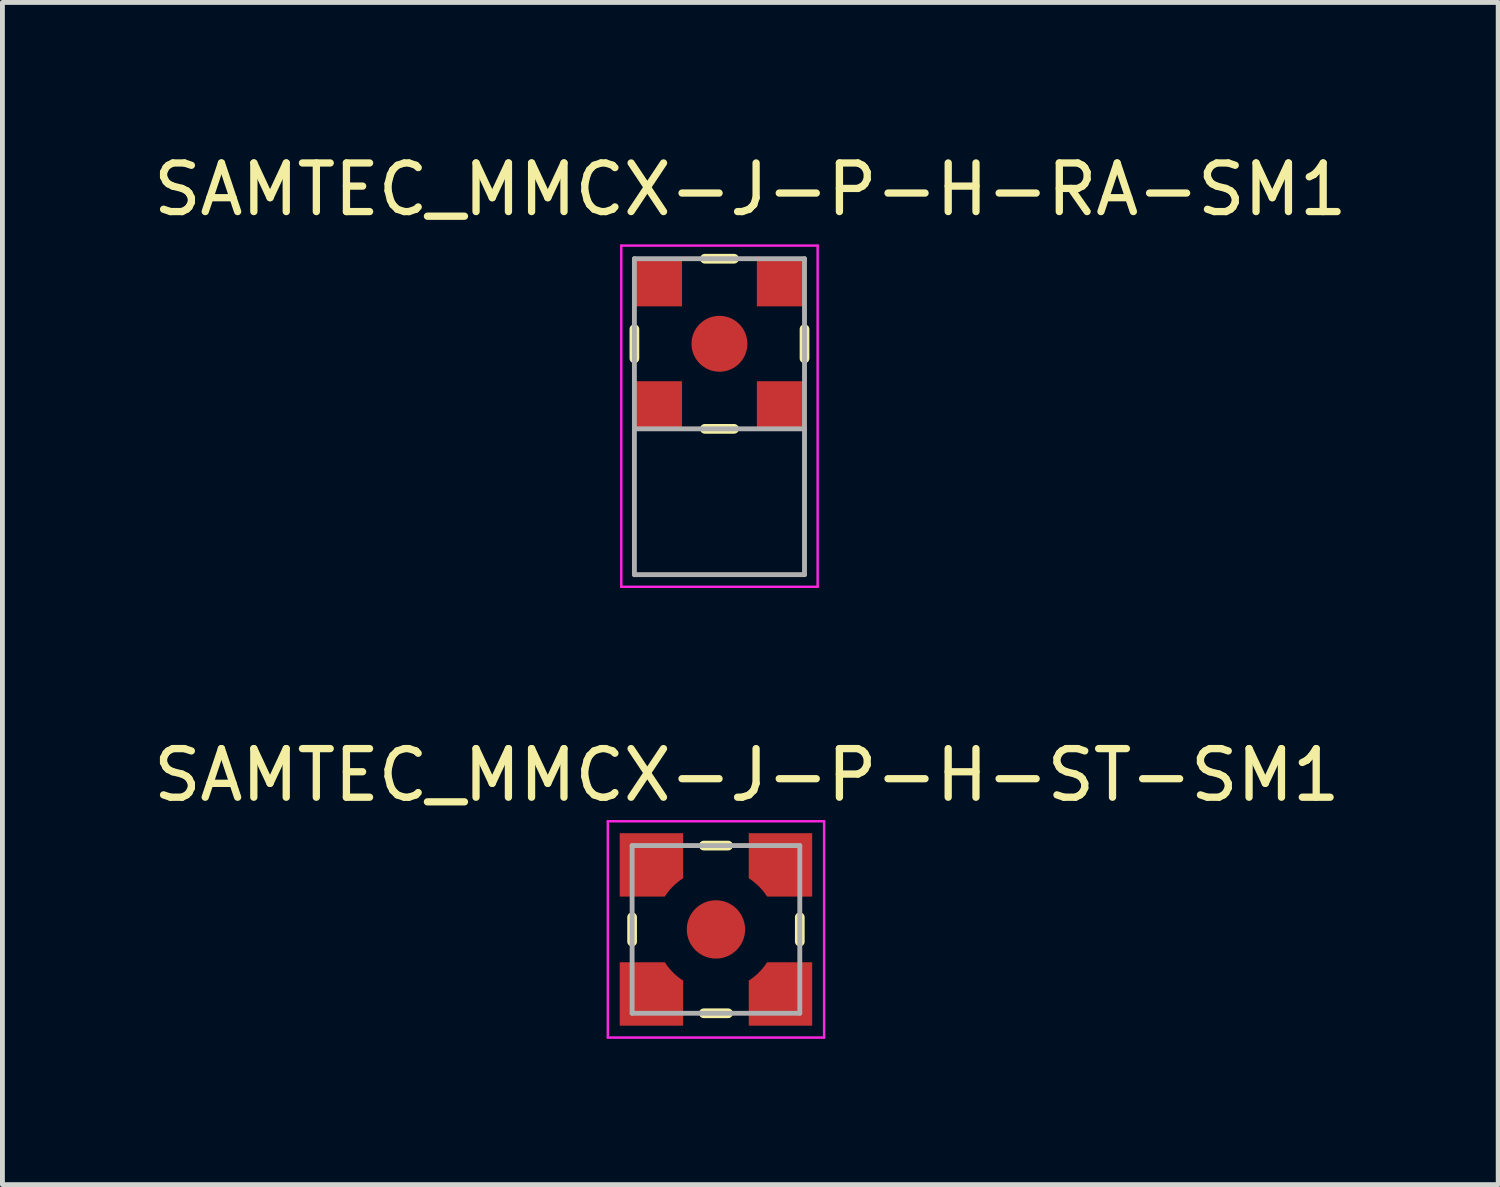
<source format=kicad_pcb>
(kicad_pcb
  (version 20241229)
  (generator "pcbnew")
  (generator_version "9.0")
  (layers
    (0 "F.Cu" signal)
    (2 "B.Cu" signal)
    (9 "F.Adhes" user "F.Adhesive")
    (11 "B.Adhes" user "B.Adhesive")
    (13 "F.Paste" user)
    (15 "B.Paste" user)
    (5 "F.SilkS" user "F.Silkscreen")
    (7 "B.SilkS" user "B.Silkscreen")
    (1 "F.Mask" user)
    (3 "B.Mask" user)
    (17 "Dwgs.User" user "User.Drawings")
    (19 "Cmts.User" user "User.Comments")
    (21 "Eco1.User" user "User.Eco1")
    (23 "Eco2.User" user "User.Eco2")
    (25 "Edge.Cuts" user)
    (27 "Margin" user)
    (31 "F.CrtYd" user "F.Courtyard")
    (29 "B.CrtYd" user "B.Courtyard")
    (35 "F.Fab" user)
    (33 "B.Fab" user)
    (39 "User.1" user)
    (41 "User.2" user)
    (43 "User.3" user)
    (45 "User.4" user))
  (footprint "SAMTEC_MMCX-J-P-H-ST-SM1"
    (layer "F.Cu")
    (at 11.68 16.072)
    (property "Reference" "SAMTEC_MMCX-J-P-H-ST-SM1" (at 0.635 -3.175 0) (layer "F.SilkS") (effects (font (size 1 1) (thickness 0.15))))
    (attr through_hole)
    (fp_poly (pts (xy -2.075 -2.075) (xy -0.58 -2.075) (xy -0.58 -1.005) (xy -0.602 -0.992) (xy -0.619 -0.982) (xy -0.635 -0.971) (xy -0.652 -0.96) (xy -0.668 -0.949) (xy -0.685 -0.937) (xy -0.701 -0.926) (xy -0.716 -0.913) (xy -0.732 -0.901) (xy -0.747 -0.888) (xy -0.763 -0.875) (xy -0.778 -0.862) (xy -0.792 -0.849) (xy -0.807 -0.835) (xy -0.821 -0.821) (xy -0.835 -0.807) (xy -0.849 -0.792) (xy -0.862 -0.778) (xy -0.875 -0.763) (xy -0.888 -0.747) (xy -0.901 -0.732) (xy -0.913 -0.716) (xy -0.926 -0.701) (xy -0.937 -0.685) (xy -0.949 -0.668) (xy -0.96 -0.652) (xy -0.971 -0.635) (xy -0.982 -0.619) (xy -0.992 -0.602) (xy -1.005 -0.58) (xy -2.075 -0.58) (xy -2.075 -2.075)) (stroke (width 0.01) (type solid)) (fill yes) (layer "F.Mask"))
    (fp_poly (pts (xy -2.075 2.075) (xy -0.58 2.075) (xy -0.58 1.005) (xy -0.602 0.992) (xy -0.619 0.982) (xy -0.635 0.971) (xy -0.652 0.96) (xy -0.668 0.949) (xy -0.685 0.937) (xy -0.701 0.926) (xy -0.716 0.913) (xy -0.732 0.901) (xy -0.747 0.888) (xy -0.763 0.875) (xy -0.778 0.862) (xy -0.792 0.849) (xy -0.807 0.835) (xy -0.821 0.821) (xy -0.835 0.807) (xy -0.849 0.792) (xy -0.862 0.778) (xy -0.875 0.763) (xy -0.888 0.747) (xy -0.901 0.732) (xy -0.913 0.716) (xy -0.926 0.701) (xy -0.937 0.685) (xy -0.949 0.668) (xy -0.96 0.652) (xy -0.971 0.635) (xy -0.982 0.619) (xy -0.992 0.602) (xy -1.005 0.58) (xy -2.075 0.58) (xy -2.075 2.075)) (stroke (width 0.01) (type solid)) (fill yes) (layer "F.Mask"))
    (fp_poly (pts (xy 2.075 -2.075) (xy 0.58 -2.075) (xy 0.58 -1.005) (xy 0.602 -0.992) (xy 0.619 -0.982) (xy 0.635 -0.971) (xy 0.652 -0.96) (xy 0.668 -0.949) (xy 0.685 -0.937) (xy 0.701 -0.926) (xy 0.716 -0.913) (xy 0.732 -0.901) (xy 0.747 -0.888) (xy 0.763 -0.875) (xy 0.778 -0.862) (xy 0.792 -0.849) (xy 0.807 -0.835) (xy 0.821 -0.821) (xy 0.835 -0.807) (xy 0.849 -0.792) (xy 0.862 -0.778) (xy 0.875 -0.763) (xy 0.888 -0.747) (xy 0.901 -0.732) (xy 0.913 -0.716) (xy 0.926 -0.701) (xy 0.937 -0.685) (xy 0.949 -0.668) (xy 0.96 -0.652) (xy 0.971 -0.635) (xy 0.982 -0.619) (xy 0.992 -0.602) (xy 1.005 -0.58) (xy 2.075 -0.58) (xy 2.075 -2.075)) (stroke (width 0.01) (type solid)) (fill yes) (layer "F.Mask"))
    (fp_poly (pts (xy 2.075 2.075) (xy 0.58 2.075) (xy 0.58 1.005) (xy 0.602 0.992) (xy 0.619 0.982) (xy 0.635 0.971) (xy 0.652 0.96) (xy 0.668 0.949) (xy 0.685 0.937) (xy 0.701 0.926) (xy 0.716 0.913) (xy 0.732 0.901) (xy 0.747 0.888) (xy 0.763 0.875) (xy 0.778 0.862) (xy 0.792 0.849) (xy 0.807 0.835) (xy 0.821 0.821) (xy 0.835 0.807) (xy 0.849 0.792) (xy 0.862 0.778) (xy 0.875 0.763) (xy 0.888 0.747) (xy 0.901 0.732) (xy 0.913 0.716) (xy 0.926 0.701) (xy 0.937 0.685) (xy 0.949 0.668) (xy 0.96 0.652) (xy 0.971 0.635) (xy 0.982 0.619) (xy 0.992 0.602) (xy 1.005 0.58) (xy 2.075 0.58) (xy 2.075 2.075)) (stroke (width 0.01) (type solid)) (fill yes) (layer "F.Mask"))
    (fp_line (start -1.725 0.25) (end -1.725 -0.25) (stroke (width 0.2) (type solid)) (layer "F.SilkS"))
    (fp_line (start -0.25 -1.725) (end 0.25 -1.725) (stroke (width 0.2) (type solid)) (layer "F.SilkS"))
    (fp_line (start -0.25 1.725) (end 0.25 1.725) (stroke (width 0.2) (type solid)) (layer "F.SilkS"))
    (fp_line (start 1.725 0.25) (end 1.725 -0.25) (stroke (width 0.2) (type solid)) (layer "F.SilkS"))
    (fp_poly (pts (xy -1.975 -1.975) (xy -0.68 -1.975) (xy -0.68 -1.055) (xy -0.7 -1.042) (xy -0.714 -1.032) (xy -0.729 -1.022) (xy -0.743 -1.012) (xy -0.757 -1.002) (xy -0.77 -0.991) (xy -0.784 -0.98) (xy -0.798 -0.969) (xy -0.811 -0.958) (xy -0.824 -0.947) (xy -0.837 -0.935) (xy -0.85 -0.924) (xy -0.863 -0.912) (xy -0.875 -0.9) (xy -0.888 -0.888) (xy -0.9 -0.875) (xy -0.912 -0.863) (xy -0.924 -0.85) (xy -0.935 -0.837) (xy -0.947 -0.824) (xy -0.958 -0.811) (xy -0.969 -0.798) (xy -0.98 -0.784) (xy -0.991 -0.77) (xy -1.002 -0.757) (xy -1.012 -0.743) (xy -1.022 -0.729) (xy -1.032 -0.714) (xy -1.042 -0.7) (xy -1.055 -0.68) (xy -1.975 -0.68) (xy -1.975 -1.975)) (stroke (width 0.01) (type solid)) (fill yes) (layer "F.Paste"))
    (fp_poly (pts (xy -1.975 1.975) (xy -0.68 1.975) (xy -0.68 1.055) (xy -0.7 1.042) (xy -0.714 1.032) (xy -0.729 1.022) (xy -0.743 1.012) (xy -0.757 1.002) (xy -0.77 0.991) (xy -0.784 0.98) (xy -0.798 0.969) (xy -0.811 0.958) (xy -0.824 0.947) (xy -0.837 0.935) (xy -0.85 0.924) (xy -0.863 0.912) (xy -0.875 0.9) (xy -0.888 0.888) (xy -0.9 0.875) (xy -0.912 0.863) (xy -0.924 0.85) (xy -0.935 0.837) (xy -0.947 0.824) (xy -0.958 0.811) (xy -0.969 0.798) (xy -0.98 0.784) (xy -0.991 0.77) (xy -1.002 0.757) (xy -1.012 0.743) (xy -1.022 0.729) (xy -1.032 0.714) (xy -1.042 0.7) (xy -1.055 0.68) (xy -1.975 0.68) (xy -1.975 1.975)) (stroke (width 0.01) (type solid)) (fill yes) (layer "F.Paste"))
    (fp_poly (pts (xy 1.975 -1.975) (xy 0.68 -1.975) (xy 0.68 -1.055) (xy 0.7 -1.042) (xy 0.714 -1.032) (xy 0.729 -1.022) (xy 0.743 -1.012) (xy 0.757 -1.002) (xy 0.77 -0.991) (xy 0.784 -0.98) (xy 0.798 -0.969) (xy 0.811 -0.958) (xy 0.824 -0.947) (xy 0.837 -0.935) (xy 0.85 -0.924) (xy 0.863 -0.912) (xy 0.875 -0.9) (xy 0.888 -0.888) (xy 0.9 -0.875) (xy 0.912 -0.863) (xy 0.924 -0.85) (xy 0.935 -0.837) (xy 0.947 -0.824) (xy 0.958 -0.811) (xy 0.969 -0.798) (xy 0.98 -0.784) (xy 0.991 -0.77) (xy 1.002 -0.757) (xy 1.012 -0.743) (xy 1.022 -0.729) (xy 1.032 -0.714) (xy 1.042 -0.7) (xy 1.055 -0.68) (xy 1.975 -0.68) (xy 1.975 -1.975)) (stroke (width 0.01) (type solid)) (fill yes) (layer "F.Paste"))
    (fp_poly (pts (xy 1.975 1.975) (xy 0.68 1.975) (xy 0.68 1.055) (xy 0.7 1.042) (xy 0.714 1.032) (xy 0.729 1.022) (xy 0.743 1.012) (xy 0.757 1.002) (xy 0.77 0.991) (xy 0.784 0.98) (xy 0.798 0.969) (xy 0.811 0.958) (xy 0.824 0.947) (xy 0.837 0.935) (xy 0.85 0.924) (xy 0.863 0.912) (xy 0.875 0.9) (xy 0.888 0.888) (xy 0.9 0.875) (xy 0.912 0.863) (xy 0.924 0.85) (xy 0.935 0.837) (xy 0.947 0.824) (xy 0.958 0.811) (xy 0.969 0.798) (xy 0.98 0.784) (xy 0.991 0.77) (xy 1.002 0.757) (xy 1.012 0.743) (xy 1.022 0.729) (xy 1.032 0.714) (xy 1.042 0.7) (xy 1.055 0.68) (xy 1.975 0.68) (xy 1.975 1.975)) (stroke (width 0.01) (type solid)) (fill yes) (layer "F.Paste"))
    (fp_line (start -2.225 -2.225) (end 2.225 -2.225) (stroke (width 0.05) (type solid)) (layer "F.CrtYd"))
    (fp_line (start -2.225 2.225) (end -2.225 -2.225) (stroke (width 0.05) (type solid)) (layer "F.CrtYd"))
    (fp_line (start 2.225 -2.225) (end 2.225 2.225) (stroke (width 0.05) (type solid)) (layer "F.CrtYd"))
    (fp_line (start 2.225 2.225) (end -2.225 2.225) (stroke (width 0.05) (type solid)) (layer "F.CrtYd"))
    (fp_line (start -1.725 -1.725) (end 1.725 -1.725) (stroke (width 0.1) (type solid)) (layer "F.Fab"))
    (fp_line (start -1.725 1.725) (end -1.725 -1.725) (stroke (width 0.1) (type solid)) (layer "F.Fab"))
    (fp_line (start 1.725 -1.725) (end 1.725 1.725) (stroke (width 0.1) (type solid)) (layer "F.Fab"))
    (fp_line (start 1.725 1.725) (end -1.725 1.725) (stroke (width 0.1) (type solid)) (layer "F.Fab"))
    (pad "1" smd circle (at 0 0) (size 1.2 1.2) (layers "F.Cu" "F.Mask" "F.Paste"))
    (pad "S1" smd custom (at -1.325 -1.325) (size 0.5 0.5) (layers "F.Cu") (options (anchor rect)) (primitives (gr_poly (pts (xy -0.65 -0.65) (xy 0.645 -0.65) (xy 0.645 0.27) (xy 0.625 0.283) (xy 0.611 0.293) (xy 0.596 0.303) (xy 0.582 0.313) (xy 0.568 0.323) (xy 0.555 0.334) (xy 0.541 0.345) (xy 0.527 0.356) (xy 0.514 0.367) (xy 0.501 0.378) (xy 0.488 0.39) (xy 0.475 0.401) (xy 0.462 0.413) (xy 0.45 0.425) (xy 0.437 0.437) (xy 0.425 0.45) (xy 0.413 0.462) (xy 0.401 0.475) (xy 0.39 0.488) (xy 0.378 0.501) (xy 0.367 0.514) (xy 0.356 0.527) (xy 0.345 0.541) (xy 0.334 0.555) (xy 0.323 0.568) (xy 0.313 0.582) (xy 0.303 0.596) (xy 0.293 0.611) (xy 0.283 0.625) (xy 0.27 0.645) (xy -0.65 0.645) (xy -0.65 -0.65)) (width 0.01) (fill yes))))
    (pad "S2" smd custom (at 1.325 -1.325) (size 0.5 0.5) (layers "F.Cu") (options (anchor rect)) (primitives (gr_poly (pts (xy 0.65 -0.65) (xy -0.645 -0.65) (xy -0.645 0.27) (xy -0.625 0.283) (xy -0.611 0.293) (xy -0.596 0.303) (xy -0.582 0.313) (xy -0.568 0.323) (xy -0.555 0.334) (xy -0.541 0.345) (xy -0.527 0.356) (xy -0.514 0.367) (xy -0.501 0.378) (xy -0.488 0.39) (xy -0.475 0.401) (xy -0.462 0.413) (xy -0.45 0.425) (xy -0.437 0.437) (xy -0.425 0.45) (xy -0.413 0.462) (xy -0.401 0.475) (xy -0.39 0.488) (xy -0.378 0.501) (xy -0.367 0.514) (xy -0.356 0.527) (xy -0.345 0.541) (xy -0.334 0.555) (xy -0.323 0.568) (xy -0.313 0.582) (xy -0.303 0.596) (xy -0.293 0.611) (xy -0.283 0.625) (xy -0.27 0.645) (xy 0.65 0.645) (xy 0.65 -0.65)) (width 0.01) (fill yes))))
    (pad "S3" smd custom (at 1.325 1.325) (size 0.5 0.5) (layers "F.Cu") (options (anchor rect)) (primitives (gr_poly (pts (xy 0.65 0.65) (xy -0.645 0.65) (xy -0.645 -0.27) (xy -0.625 -0.283) (xy -0.611 -0.293) (xy -0.596 -0.303) (xy -0.582 -0.313) (xy -0.568 -0.323) (xy -0.555 -0.334) (xy -0.541 -0.345) (xy -0.527 -0.356) (xy -0.514 -0.367) (xy -0.501 -0.378) (xy -0.488 -0.39) (xy -0.475 -0.401) (xy -0.462 -0.413) (xy -0.45 -0.425) (xy -0.437 -0.437) (xy -0.425 -0.45) (xy -0.413 -0.462) (xy -0.401 -0.475) (xy -0.39 -0.488) (xy -0.378 -0.501) (xy -0.367 -0.514) (xy -0.356 -0.527) (xy -0.345 -0.541) (xy -0.334 -0.555) (xy -0.323 -0.568) (xy -0.313 -0.582) (xy -0.303 -0.596) (xy -0.293 -0.611) (xy -0.283 -0.625) (xy -0.27 -0.645) (xy 0.65 -0.645) (xy 0.65 0.65)) (width 0.01) (fill yes))))
    (pad "S4" smd custom (at -1.325 1.325) (size 0.5 0.5) (layers "F.Cu") (options (anchor rect)) (primitives (gr_poly (pts (xy -0.65 0.65) (xy 0.645 0.65) (xy 0.645 -0.27) (xy 0.625 -0.283) (xy 0.611 -0.293) (xy 0.596 -0.303) (xy 0.582 -0.313) (xy 0.568 -0.323) (xy 0.555 -0.334) (xy 0.541 -0.345) (xy 0.527 -0.356) (xy 0.514 -0.367) (xy 0.501 -0.378) (xy 0.488 -0.39) (xy 0.475 -0.401) (xy 0.462 -0.413) (xy 0.45 -0.425) (xy 0.437 -0.437) (xy 0.425 -0.45) (xy 0.413 -0.462) (xy 0.401 -0.475) (xy 0.39 -0.488) (xy 0.378 -0.501) (xy 0.367 -0.514) (xy 0.356 -0.527) (xy 0.345 -0.541) (xy 0.334 -0.555) (xy 0.323 -0.568) (xy 0.313 -0.582) (xy 0.303 -0.596) (xy 0.293 -0.611) (xy 0.283 -0.625) (xy 0.27 -0.645) (xy -0.65 -0.645) (xy -0.65 0.65)) (width 0.01) (fill yes)))))
  (footprint "SAMTEC_MMCX-J-P-H-RA-SM1"
    (layer "F.Cu")
    (at 11.752 4.023)
    (property "Reference" "SAMTEC_MMCX-J-P-H-RA-SM1" (at 0.635 -3.175 0) (layer "F.SilkS") (effects (font (size 1 1) (thickness 0.15))))
    (attr through_hole)
    (fp_line (start -1.75 -0.3) (end -1.75 0.3) (stroke (width 0.2) (type solid)) (layer "F.SilkS"))
    (fp_line (start -0.3 -1.75) (end 0.3 -1.75) (stroke (width 0.2) (type solid)) (layer "F.SilkS"))
    (fp_line (start -0.3 1.75) (end 0.3 1.75) (stroke (width 0.2) (type solid)) (layer "F.SilkS"))
    (fp_line (start 1.75 -0.3) (end 1.75 0.3) (stroke (width 0.2) (type solid)) (layer "F.SilkS"))
    (fp_line (start -2.02 -2.02) (end 2.02 -2.02) (stroke (width 0.05) (type solid)) (layer "F.CrtYd"))
    (fp_line (start -2.02 5) (end -2.02 -2.02) (stroke (width 0.05) (type solid)) (layer "F.CrtYd"))
    (fp_line (start 2.02 -2.02) (end 2.02 5) (stroke (width 0.05) (type solid)) (layer "F.CrtYd"))
    (fp_line (start 2.02 5) (end -2.02 5) (stroke (width 0.05) (type solid)) (layer "F.CrtYd"))
    (fp_line (start -1.75 -1.75) (end 1.75 -1.75) (stroke (width 0.1) (type solid)) (layer "F.Fab"))
    (fp_line (start -1.75 1.75) (end -1.75 -1.75) (stroke (width 0.1) (type solid)) (layer "F.Fab"))
    (fp_line (start -1.75 1.75) (end 1.75 1.75) (stroke (width 0.1) (type solid)) (layer "F.Fab"))
    (fp_line (start -1.75 4.75) (end -1.75 1.75) (stroke (width 0.1) (type solid)) (layer "F.Fab"))
    (fp_line (start 1.75 -1.75) (end 1.75 1.75) (stroke (width 0.1) (type solid)) (layer "F.Fab"))
    (fp_line (start 1.75 1.75) (end 1.75 4.75) (stroke (width 0.1) (type solid)) (layer "F.Fab"))
    (fp_line (start 1.75 4.75) (end -1.75 4.75) (stroke (width 0.1) (type solid)) (layer "F.Fab"))
    (pad "1" smd circle (at 0 0) (size 1.15 1.15) (layers "F.Cu" "F.Mask" "F.Paste"))
    (pad "S1" smd rect (at -1.27 -1.27) (size 1 1) (layers "F.Cu" "F.Mask" "F.Paste"))
    (pad "S2" smd rect (at 1.27 -1.27) (size 1 1) (layers "F.Cu" "F.Mask" "F.Paste"))
    (pad "S3" smd rect (at 1.27 1.27) (size 1 1) (layers "F.Cu" "F.Mask" "F.Paste"))
    (pad "S4" smd rect (at -1.27 1.27) (size 1 1) (layers "F.Cu" "F.Mask" "F.Paste")))
  (gr_rect
    (start -3 -3)
    (end 27.774 21.322)
    (stroke (width 0.1) (type default))
    (fill no)
    (layer "Edge.Cuts")))
</source>
